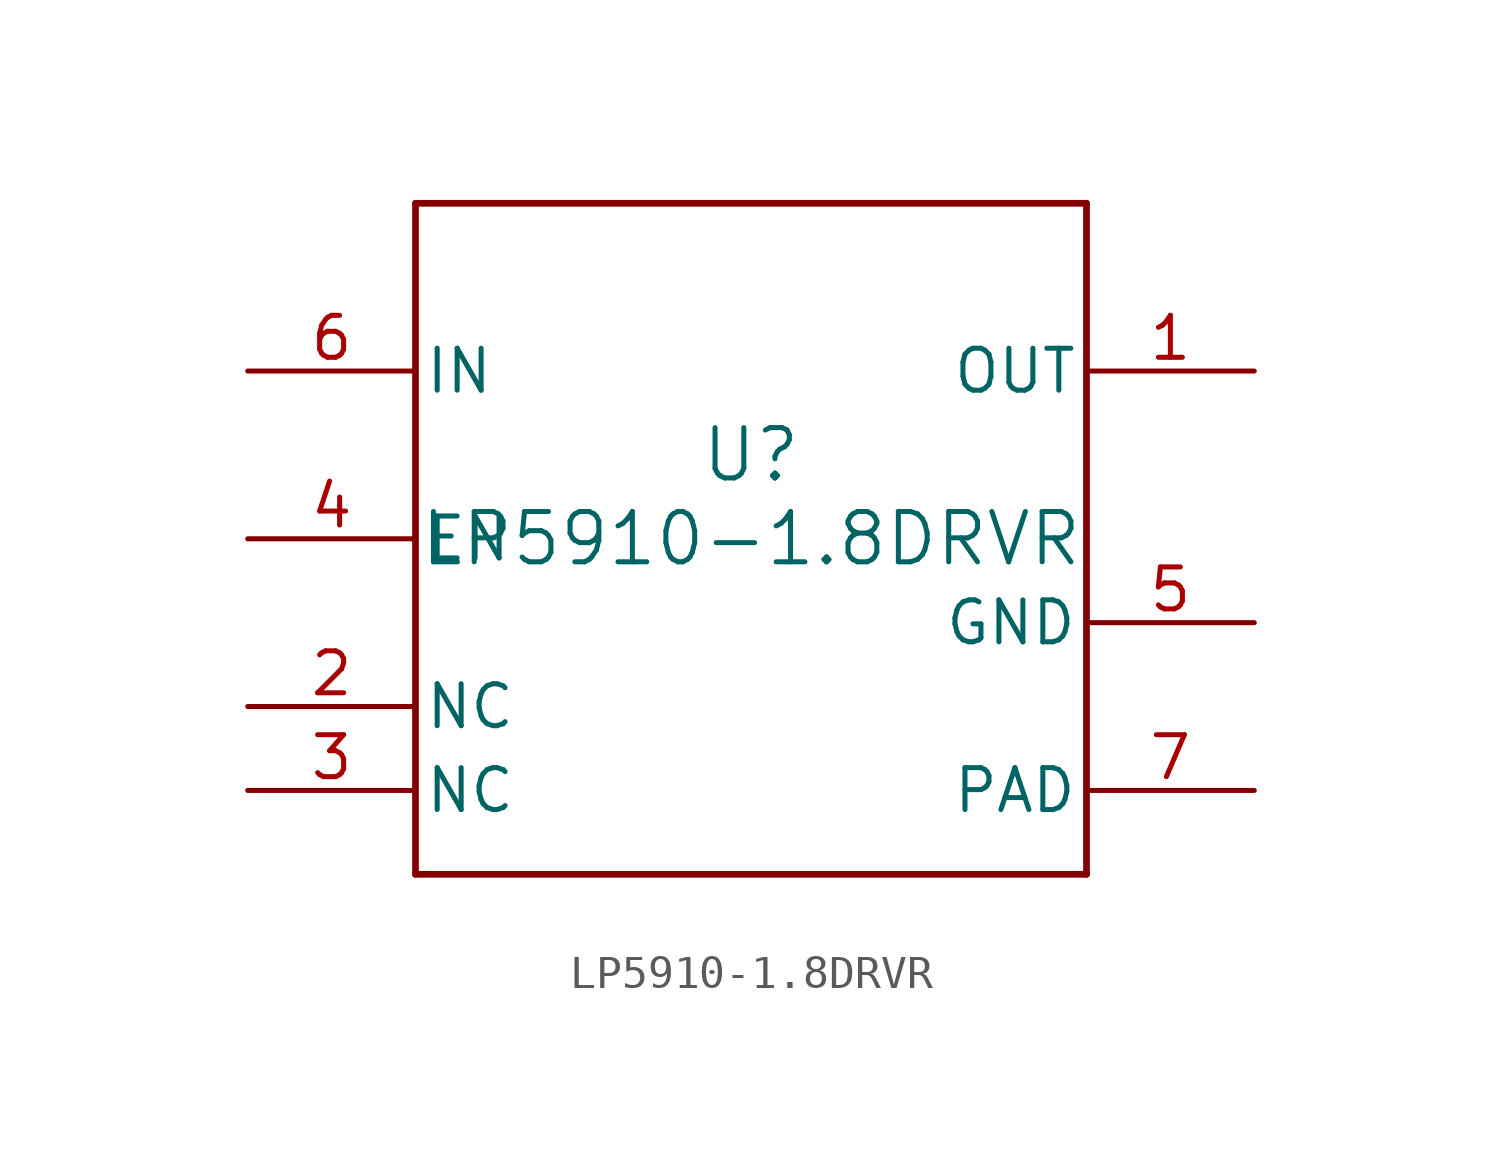
<source format=kicad_sym>
(kicad_symbol_lib
  (version 20211014)
  (generator kicad_symbol_editor)
  (symbol "LP5910-1.8DRVR"
    (pin_names
      (offset 0.254))
    (property "Reference" "U"
      (at 0 2.54 0)
      (effects (font (size 1.524 1.524))))
    (property "Value" "LP5910-1.8DRVR"
      (at 0 0 0)
      (effects (font (size 1.524 1.524))))
    (symbol "LP5910-1.8DRVR_0_1"
      (polyline (pts (xy -10.16 -10.16) (xy 10.16 -10.16)) (stroke (width 0.203) (type default) (color 0 0 0 0)) (fill (type none)))
      (polyline (pts (xy 10.16 -10.16) (xy 10.16 10.16)) (stroke (width 0.203) (type default) (color 0 0 0 0)) (fill (type none)))
      (polyline (pts (xy 10.16 10.16) (xy -10.16 10.16)) (stroke (width 0.203) (type default) (color 0 0 0 0)) (fill (type none)))
      (polyline (pts (xy -10.16 10.16) (xy -10.16 -10.16)) (stroke (width 0.203) (type default) (color 0 0 0 0)) (fill (type none)))
      (pin power_in line (at 15.24 5.08 180) (length 5.08) (name "OUT" (effects (font (size 1.27 1.27)))) (number "1" (effects (font (size 1.27 1.27)))))
      (pin unspecified line (at -15.24 -5.08 0) (length 5.08) (name "NC" (effects (font (size 1.27 1.27)))) (number "2" (effects (font (size 1.27 1.27)))))
      (pin unspecified line (at -15.24 -7.62 0) (length 5.08) (name "NC" (effects (font (size 1.27 1.27)))) (number "3" (effects (font (size 1.27 1.27)))))
      (pin input line (at -15.24 0 0) (length 5.08) (name "EN" (effects (font (size 1.27 1.27)))) (number "4" (effects (font (size 1.27 1.27)))))
      (pin unspecified line (at 15.24 -2.54 180) (length 5.08) (name "GND" (effects (font (size 1.27 1.27)))) (number "5" (effects (font (size 1.27 1.27)))))
      (pin power_in line (at -15.24 5.08 0) (length 5.08) (name "IN" (effects (font (size 1.27 1.27)))) (number "6" (effects (font (size 1.27 1.27)))))
      (pin unspecified line (at 15.24 -7.62 180) (length 5.08) (name "PAD" (effects (font (size 1.27 1.27)))) (number "7" (effects (font (size 1.27 1.27))))))))
</source>
